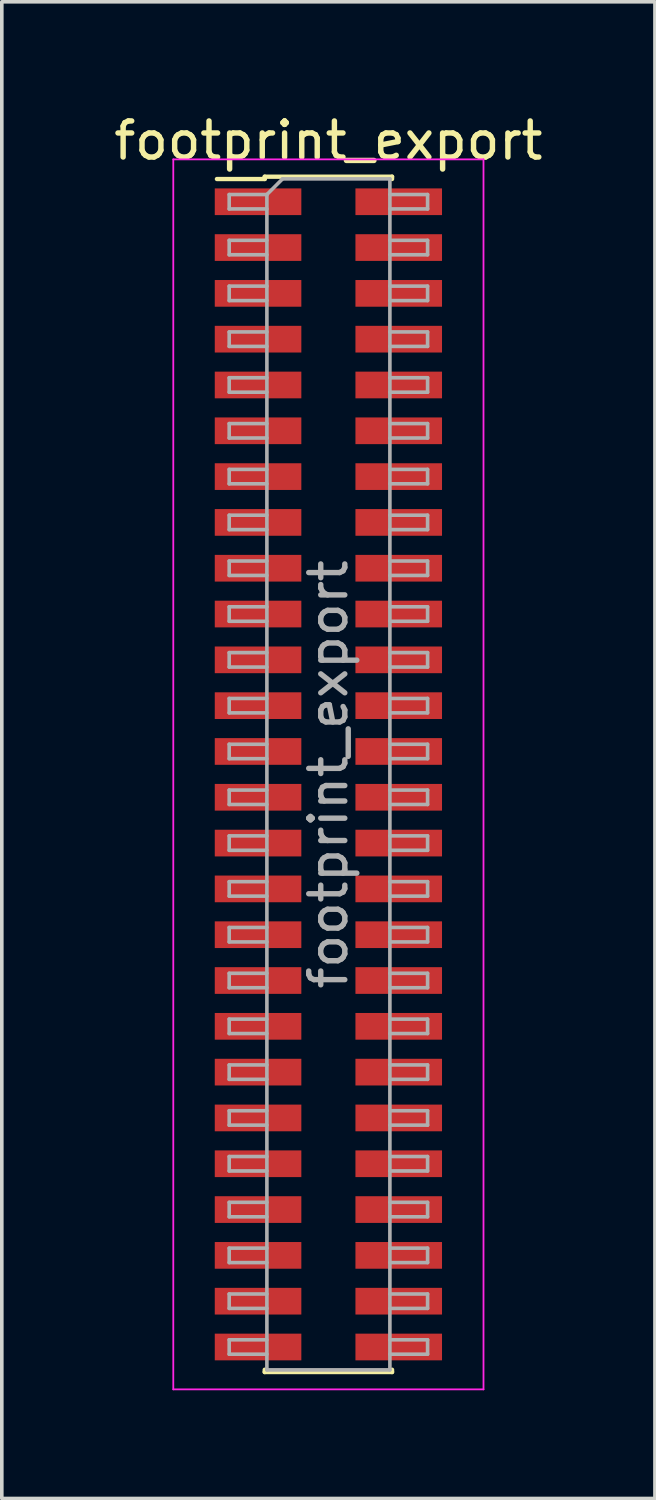
<source format=kicad_pcb>
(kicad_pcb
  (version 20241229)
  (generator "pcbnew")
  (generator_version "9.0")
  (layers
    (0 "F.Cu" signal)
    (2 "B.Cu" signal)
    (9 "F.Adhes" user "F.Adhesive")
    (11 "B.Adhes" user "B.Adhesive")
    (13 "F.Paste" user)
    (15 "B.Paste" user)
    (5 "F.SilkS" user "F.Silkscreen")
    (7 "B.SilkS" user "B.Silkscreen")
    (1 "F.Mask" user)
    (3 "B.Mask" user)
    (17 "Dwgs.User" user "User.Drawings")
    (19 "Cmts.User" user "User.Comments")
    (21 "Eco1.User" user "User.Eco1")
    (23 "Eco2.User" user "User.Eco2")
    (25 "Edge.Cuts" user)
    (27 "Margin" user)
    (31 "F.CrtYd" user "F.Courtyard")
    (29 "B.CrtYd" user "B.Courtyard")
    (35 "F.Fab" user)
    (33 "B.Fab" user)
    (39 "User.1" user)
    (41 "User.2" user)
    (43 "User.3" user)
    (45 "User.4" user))
  (footprint "footprint_export"
    (layer "F.Cu")
    (at 6.054 18.418)
    (property "Reference" "footprint_export" (at 0 -17.57 0) (layer "F.SilkS") (effects (font (size 1 1) (thickness 0.15))))
    (attr smd)
    (fp_line (start -3.09 -16.505) (end -1.765 -16.505) (stroke (width 0.12) (type solid)) (layer "F.SilkS"))
    (fp_line (start -1.765 -16.57) (end -1.765 -16.505) (stroke (width 0.12) (type solid)) (layer "F.SilkS"))
    (fp_line (start -1.765 -16.57) (end 1.765 -16.57) (stroke (width 0.12) (type solid)) (layer "F.SilkS"))
    (fp_line (start -1.765 16.505) (end -1.765 16.57) (stroke (width 0.12) (type solid)) (layer "F.SilkS"))
    (fp_line (start -1.765 16.57) (end 1.765 16.57) (stroke (width 0.12) (type solid)) (layer "F.SilkS"))
    (fp_line (start 1.765 -16.57) (end 1.765 -16.505) (stroke (width 0.12) (type solid)) (layer "F.SilkS"))
    (fp_line (start 1.765 16.505) (end 1.765 16.57) (stroke (width 0.12) (type solid)) (layer "F.SilkS"))
    (fp_line (start -4.3 -17.05) (end -4.3 17.05) (stroke (width 0.05) (type solid)) (layer "F.CrtYd"))
    (fp_line (start -4.3 17.05) (end 4.3 17.05) (stroke (width 0.05) (type solid)) (layer "F.CrtYd"))
    (fp_line (start 4.3 -17.05) (end -4.3 -17.05) (stroke (width 0.05) (type solid)) (layer "F.CrtYd"))
    (fp_line (start 4.3 17.05) (end 4.3 -17.05) (stroke (width 0.05) (type solid)) (layer "F.CrtYd"))
    (fp_line (start -2.75 -16.075) (end -2.75 -15.675) (stroke (width 0.1) (type solid)) (layer "F.Fab"))
    (fp_line (start -2.75 -15.675) (end -1.705 -15.675) (stroke (width 0.1) (type solid)) (layer "F.Fab"))
    (fp_line (start -2.75 -14.805) (end -2.75 -14.405) (stroke (width 0.1) (type solid)) (layer "F.Fab"))
    (fp_line (start -2.75 -14.405) (end -1.705 -14.405) (stroke (width 0.1) (type solid)) (layer "F.Fab"))
    (fp_line (start -2.75 -13.535) (end -2.75 -13.135) (stroke (width 0.1) (type solid)) (layer "F.Fab"))
    (fp_line (start -2.75 -13.135) (end -1.705 -13.135) (stroke (width 0.1) (type solid)) (layer "F.Fab"))
    (fp_line (start -2.75 -12.265) (end -2.75 -11.865) (stroke (width 0.1) (type solid)) (layer "F.Fab"))
    (fp_line (start -2.75 -11.865) (end -1.705 -11.865) (stroke (width 0.1) (type solid)) (layer "F.Fab"))
    (fp_line (start -2.75 -10.995) (end -2.75 -10.595) (stroke (width 0.1) (type solid)) (layer "F.Fab"))
    (fp_line (start -2.75 -10.595) (end -1.705 -10.595) (stroke (width 0.1) (type solid)) (layer "F.Fab"))
    (fp_line (start -2.75 -9.725) (end -2.75 -9.325) (stroke (width 0.1) (type solid)) (layer "F.Fab"))
    (fp_line (start -2.75 -9.325) (end -1.705 -9.325) (stroke (width 0.1) (type solid)) (layer "F.Fab"))
    (fp_line (start -2.75 -8.455) (end -2.75 -8.055) (stroke (width 0.1) (type solid)) (layer "F.Fab"))
    (fp_line (start -2.75 -8.055) (end -1.705 -8.055) (stroke (width 0.1) (type solid)) (layer "F.Fab"))
    (fp_line (start -2.75 -7.185) (end -2.75 -6.785) (stroke (width 0.1) (type solid)) (layer "F.Fab"))
    (fp_line (start -2.75 -6.785) (end -1.705 -6.785) (stroke (width 0.1) (type solid)) (layer "F.Fab"))
    (fp_line (start -2.75 -5.915) (end -2.75 -5.515) (stroke (width 0.1) (type solid)) (layer "F.Fab"))
    (fp_line (start -2.75 -5.515) (end -1.705 -5.515) (stroke (width 0.1) (type solid)) (layer "F.Fab"))
    (fp_line (start -2.75 -4.645) (end -2.75 -4.245) (stroke (width 0.1) (type solid)) (layer "F.Fab"))
    (fp_line (start -2.75 -4.245) (end -1.705 -4.245) (stroke (width 0.1) (type solid)) (layer "F.Fab"))
    (fp_line (start -2.75 -3.375) (end -2.75 -2.975) (stroke (width 0.1) (type solid)) (layer "F.Fab"))
    (fp_line (start -2.75 -2.975) (end -1.705 -2.975) (stroke (width 0.1) (type solid)) (layer "F.Fab"))
    (fp_line (start -2.75 -2.105) (end -2.75 -1.705) (stroke (width 0.1) (type solid)) (layer "F.Fab"))
    (fp_line (start -2.75 -1.705) (end -1.705 -1.705) (stroke (width 0.1) (type solid)) (layer "F.Fab"))
    (fp_line (start -2.75 -0.835) (end -2.75 -0.435) (stroke (width 0.1) (type solid)) (layer "F.Fab"))
    (fp_line (start -2.75 -0.435) (end -1.705 -0.435) (stroke (width 0.1) (type solid)) (layer "F.Fab"))
    (fp_line (start -2.75 0.435) (end -2.75 0.835) (stroke (width 0.1) (type solid)) (layer "F.Fab"))
    (fp_line (start -2.75 0.835) (end -1.705 0.835) (stroke (width 0.1) (type solid)) (layer "F.Fab"))
    (fp_line (start -2.75 1.705) (end -2.75 2.105) (stroke (width 0.1) (type solid)) (layer "F.Fab"))
    (fp_line (start -2.75 2.105) (end -1.705 2.105) (stroke (width 0.1) (type solid)) (layer "F.Fab"))
    (fp_line (start -2.75 2.975) (end -2.75 3.375) (stroke (width 0.1) (type solid)) (layer "F.Fab"))
    (fp_line (start -2.75 3.375) (end -1.705 3.375) (stroke (width 0.1) (type solid)) (layer "F.Fab"))
    (fp_line (start -2.75 4.245) (end -2.75 4.645) (stroke (width 0.1) (type solid)) (layer "F.Fab"))
    (fp_line (start -2.75 4.645) (end -1.705 4.645) (stroke (width 0.1) (type solid)) (layer "F.Fab"))
    (fp_line (start -2.75 5.515) (end -2.75 5.915) (stroke (width 0.1) (type solid)) (layer "F.Fab"))
    (fp_line (start -2.75 5.915) (end -1.705 5.915) (stroke (width 0.1) (type solid)) (layer "F.Fab"))
    (fp_line (start -2.75 6.785) (end -2.75 7.185) (stroke (width 0.1) (type solid)) (layer "F.Fab"))
    (fp_line (start -2.75 7.185) (end -1.705 7.185) (stroke (width 0.1) (type solid)) (layer "F.Fab"))
    (fp_line (start -2.75 8.055) (end -2.75 8.455) (stroke (width 0.1) (type solid)) (layer "F.Fab"))
    (fp_line (start -2.75 8.455) (end -1.705 8.455) (stroke (width 0.1) (type solid)) (layer "F.Fab"))
    (fp_line (start -2.75 9.325) (end -2.75 9.725) (stroke (width 0.1) (type solid)) (layer "F.Fab"))
    (fp_line (start -2.75 9.725) (end -1.705 9.725) (stroke (width 0.1) (type solid)) (layer "F.Fab"))
    (fp_line (start -2.75 10.595) (end -2.75 10.995) (stroke (width 0.1) (type solid)) (layer "F.Fab"))
    (fp_line (start -2.75 10.995) (end -1.705 10.995) (stroke (width 0.1) (type solid)) (layer "F.Fab"))
    (fp_line (start -2.75 11.865) (end -2.75 12.265) (stroke (width 0.1) (type solid)) (layer "F.Fab"))
    (fp_line (start -2.75 12.265) (end -1.705 12.265) (stroke (width 0.1) (type solid)) (layer "F.Fab"))
    (fp_line (start -2.75 13.135) (end -2.75 13.535) (stroke (width 0.1) (type solid)) (layer "F.Fab"))
    (fp_line (start -2.75 13.535) (end -1.705 13.535) (stroke (width 0.1) (type solid)) (layer "F.Fab"))
    (fp_line (start -2.75 14.405) (end -2.75 14.805) (stroke (width 0.1) (type solid)) (layer "F.Fab"))
    (fp_line (start -2.75 14.805) (end -1.705 14.805) (stroke (width 0.1) (type solid)) (layer "F.Fab"))
    (fp_line (start -2.75 15.675) (end -2.75 16.075) (stroke (width 0.1) (type solid)) (layer "F.Fab"))
    (fp_line (start -2.75 16.075) (end -1.705 16.075) (stroke (width 0.1) (type solid)) (layer "F.Fab"))
    (fp_line (start -1.705 -16.075) (end -2.75 -16.075) (stroke (width 0.1) (type solid)) (layer "F.Fab"))
    (fp_line (start -1.705 -16.075) (end -1.27 -16.51) (stroke (width 0.1) (type solid)) (layer "F.Fab"))
    (fp_line (start -1.705 -14.805) (end -2.75 -14.805) (stroke (width 0.1) (type solid)) (layer "F.Fab"))
    (fp_line (start -1.705 -13.535) (end -2.75 -13.535) (stroke (width 0.1) (type solid)) (layer "F.Fab"))
    (fp_line (start -1.705 -12.265) (end -2.75 -12.265) (stroke (width 0.1) (type solid)) (layer "F.Fab"))
    (fp_line (start -1.705 -10.995) (end -2.75 -10.995) (stroke (width 0.1) (type solid)) (layer "F.Fab"))
    (fp_line (start -1.705 -9.725) (end -2.75 -9.725) (stroke (width 0.1) (type solid)) (layer "F.Fab"))
    (fp_line (start -1.705 -8.455) (end -2.75 -8.455) (stroke (width 0.1) (type solid)) (layer "F.Fab"))
    (fp_line (start -1.705 -7.185) (end -2.75 -7.185) (stroke (width 0.1) (type solid)) (layer "F.Fab"))
    (fp_line (start -1.705 -5.915) (end -2.75 -5.915) (stroke (width 0.1) (type solid)) (layer "F.Fab"))
    (fp_line (start -1.705 -4.645) (end -2.75 -4.645) (stroke (width 0.1) (type solid)) (layer "F.Fab"))
    (fp_line (start -1.705 -3.375) (end -2.75 -3.375) (stroke (width 0.1) (type solid)) (layer "F.Fab"))
    (fp_line (start -1.705 -2.105) (end -2.75 -2.105) (stroke (width 0.1) (type solid)) (layer "F.Fab"))
    (fp_line (start -1.705 -0.835) (end -2.75 -0.835) (stroke (width 0.1) (type solid)) (layer "F.Fab"))
    (fp_line (start -1.705 0.435) (end -2.75 0.435) (stroke (width 0.1) (type solid)) (layer "F.Fab"))
    (fp_line (start -1.705 1.705) (end -2.75 1.705) (stroke (width 0.1) (type solid)) (layer "F.Fab"))
    (fp_line (start -1.705 2.975) (end -2.75 2.975) (stroke (width 0.1) (type solid)) (layer "F.Fab"))
    (fp_line (start -1.705 4.245) (end -2.75 4.245) (stroke (width 0.1) (type solid)) (layer "F.Fab"))
    (fp_line (start -1.705 5.515) (end -2.75 5.515) (stroke (width 0.1) (type solid)) (layer "F.Fab"))
    (fp_line (start -1.705 6.785) (end -2.75 6.785) (stroke (width 0.1) (type solid)) (layer "F.Fab"))
    (fp_line (start -1.705 8.055) (end -2.75 8.055) (stroke (width 0.1) (type solid)) (layer "F.Fab"))
    (fp_line (start -1.705 9.325) (end -2.75 9.325) (stroke (width 0.1) (type solid)) (layer "F.Fab"))
    (fp_line (start -1.705 10.595) (end -2.75 10.595) (stroke (width 0.1) (type solid)) (layer "F.Fab"))
    (fp_line (start -1.705 11.865) (end -2.75 11.865) (stroke (width 0.1) (type solid)) (layer "F.Fab"))
    (fp_line (start -1.705 13.135) (end -2.75 13.135) (stroke (width 0.1) (type solid)) (layer "F.Fab"))
    (fp_line (start -1.705 14.405) (end -2.75 14.405) (stroke (width 0.1) (type solid)) (layer "F.Fab"))
    (fp_line (start -1.705 15.675) (end -2.75 15.675) (stroke (width 0.1) (type solid)) (layer "F.Fab"))
    (fp_line (start -1.705 16.51) (end -1.705 -16.075) (stroke (width 0.1) (type solid)) (layer "F.Fab"))
    (fp_line (start -1.27 -16.51) (end 1.705 -16.51) (stroke (width 0.1) (type solid)) (layer "F.Fab"))
    (fp_line (start 1.705 -16.51) (end 1.705 16.51) (stroke (width 0.1) (type solid)) (layer "F.Fab"))
    (fp_line (start 1.705 -16.075) (end 2.75 -16.075) (stroke (width 0.1) (type solid)) (layer "F.Fab"))
    (fp_line (start 1.705 -14.805) (end 2.75 -14.805) (stroke (width 0.1) (type solid)) (layer "F.Fab"))
    (fp_line (start 1.705 -13.535) (end 2.75 -13.535) (stroke (width 0.1) (type solid)) (layer "F.Fab"))
    (fp_line (start 1.705 -12.265) (end 2.75 -12.265) (stroke (width 0.1) (type solid)) (layer "F.Fab"))
    (fp_line (start 1.705 -10.995) (end 2.75 -10.995) (stroke (width 0.1) (type solid)) (layer "F.Fab"))
    (fp_line (start 1.705 -9.725) (end 2.75 -9.725) (stroke (width 0.1) (type solid)) (layer "F.Fab"))
    (fp_line (start 1.705 -8.455) (end 2.75 -8.455) (stroke (width 0.1) (type solid)) (layer "F.Fab"))
    (fp_line (start 1.705 -7.185) (end 2.75 -7.185) (stroke (width 0.1) (type solid)) (layer "F.Fab"))
    (fp_line (start 1.705 -5.915) (end 2.75 -5.915) (stroke (width 0.1) (type solid)) (layer "F.Fab"))
    (fp_line (start 1.705 -4.645) (end 2.75 -4.645) (stroke (width 0.1) (type solid)) (layer "F.Fab"))
    (fp_line (start 1.705 -3.375) (end 2.75 -3.375) (stroke (width 0.1) (type solid)) (layer "F.Fab"))
    (fp_line (start 1.705 -2.105) (end 2.75 -2.105) (stroke (width 0.1) (type solid)) (layer "F.Fab"))
    (fp_line (start 1.705 -0.835) (end 2.75 -0.835) (stroke (width 0.1) (type solid)) (layer "F.Fab"))
    (fp_line (start 1.705 0.435) (end 2.75 0.435) (stroke (width 0.1) (type solid)) (layer "F.Fab"))
    (fp_line (start 1.705 1.705) (end 2.75 1.705) (stroke (width 0.1) (type solid)) (layer "F.Fab"))
    (fp_line (start 1.705 2.975) (end 2.75 2.975) (stroke (width 0.1) (type solid)) (layer "F.Fab"))
    (fp_line (start 1.705 4.245) (end 2.75 4.245) (stroke (width 0.1) (type solid)) (layer "F.Fab"))
    (fp_line (start 1.705 5.515) (end 2.75 5.515) (stroke (width 0.1) (type solid)) (layer "F.Fab"))
    (fp_line (start 1.705 6.785) (end 2.75 6.785) (stroke (width 0.1) (type solid)) (layer "F.Fab"))
    (fp_line (start 1.705 8.055) (end 2.75 8.055) (stroke (width 0.1) (type solid)) (layer "F.Fab"))
    (fp_line (start 1.705 9.325) (end 2.75 9.325) (stroke (width 0.1) (type solid)) (layer "F.Fab"))
    (fp_line (start 1.705 10.595) (end 2.75 10.595) (stroke (width 0.1) (type solid)) (layer "F.Fab"))
    (fp_line (start 1.705 11.865) (end 2.75 11.865) (stroke (width 0.1) (type solid)) (layer "F.Fab"))
    (fp_line (start 1.705 13.135) (end 2.75 13.135) (stroke (width 0.1) (type solid)) (layer "F.Fab"))
    (fp_line (start 1.705 14.405) (end 2.75 14.405) (stroke (width 0.1) (type solid)) (layer "F.Fab"))
    (fp_line (start 1.705 15.675) (end 2.75 15.675) (stroke (width 0.1) (type solid)) (layer "F.Fab"))
    (fp_line (start 1.705 16.51) (end -1.705 16.51) (stroke (width 0.1) (type solid)) (layer "F.Fab"))
    (fp_line (start 2.75 -16.075) (end 2.75 -15.675) (stroke (width 0.1) (type solid)) (layer "F.Fab"))
    (fp_line (start 2.75 -15.675) (end 1.705 -15.675) (stroke (width 0.1) (type solid)) (layer "F.Fab"))
    (fp_line (start 2.75 -14.805) (end 2.75 -14.405) (stroke (width 0.1) (type solid)) (layer "F.Fab"))
    (fp_line (start 2.75 -14.405) (end 1.705 -14.405) (stroke (width 0.1) (type solid)) (layer "F.Fab"))
    (fp_line (start 2.75 -13.535) (end 2.75 -13.135) (stroke (width 0.1) (type solid)) (layer "F.Fab"))
    (fp_line (start 2.75 -13.135) (end 1.705 -13.135) (stroke (width 0.1) (type solid)) (layer "F.Fab"))
    (fp_line (start 2.75 -12.265) (end 2.75 -11.865) (stroke (width 0.1) (type solid)) (layer "F.Fab"))
    (fp_line (start 2.75 -11.865) (end 1.705 -11.865) (stroke (width 0.1) (type solid)) (layer "F.Fab"))
    (fp_line (start 2.75 -10.995) (end 2.75 -10.595) (stroke (width 0.1) (type solid)) (layer "F.Fab"))
    (fp_line (start 2.75 -10.595) (end 1.705 -10.595) (stroke (width 0.1) (type solid)) (layer "F.Fab"))
    (fp_line (start 2.75 -9.725) (end 2.75 -9.325) (stroke (width 0.1) (type solid)) (layer "F.Fab"))
    (fp_line (start 2.75 -9.325) (end 1.705 -9.325) (stroke (width 0.1) (type solid)) (layer "F.Fab"))
    (fp_line (start 2.75 -8.455) (end 2.75 -8.055) (stroke (width 0.1) (type solid)) (layer "F.Fab"))
    (fp_line (start 2.75 -8.055) (end 1.705 -8.055) (stroke (width 0.1) (type solid)) (layer "F.Fab"))
    (fp_line (start 2.75 -7.185) (end 2.75 -6.785) (stroke (width 0.1) (type solid)) (layer "F.Fab"))
    (fp_line (start 2.75 -6.785) (end 1.705 -6.785) (stroke (width 0.1) (type solid)) (layer "F.Fab"))
    (fp_line (start 2.75 -5.915) (end 2.75 -5.515) (stroke (width 0.1) (type solid)) (layer "F.Fab"))
    (fp_line (start 2.75 -5.515) (end 1.705 -5.515) (stroke (width 0.1) (type solid)) (layer "F.Fab"))
    (fp_line (start 2.75 -4.645) (end 2.75 -4.245) (stroke (width 0.1) (type solid)) (layer "F.Fab"))
    (fp_line (start 2.75 -4.245) (end 1.705 -4.245) (stroke (width 0.1) (type solid)) (layer "F.Fab"))
    (fp_line (start 2.75 -3.375) (end 2.75 -2.975) (stroke (width 0.1) (type solid)) (layer "F.Fab"))
    (fp_line (start 2.75 -2.975) (end 1.705 -2.975) (stroke (width 0.1) (type solid)) (layer "F.Fab"))
    (fp_line (start 2.75 -2.105) (end 2.75 -1.705) (stroke (width 0.1) (type solid)) (layer "F.Fab"))
    (fp_line (start 2.75 -1.705) (end 1.705 -1.705) (stroke (width 0.1) (type solid)) (layer "F.Fab"))
    (fp_line (start 2.75 -0.835) (end 2.75 -0.435) (stroke (width 0.1) (type solid)) (layer "F.Fab"))
    (fp_line (start 2.75 -0.435) (end 1.705 -0.435) (stroke (width 0.1) (type solid)) (layer "F.Fab"))
    (fp_line (start 2.75 0.435) (end 2.75 0.835) (stroke (width 0.1) (type solid)) (layer "F.Fab"))
    (fp_line (start 2.75 0.835) (end 1.705 0.835) (stroke (width 0.1) (type solid)) (layer "F.Fab"))
    (fp_line (start 2.75 1.705) (end 2.75 2.105) (stroke (width 0.1) (type solid)) (layer "F.Fab"))
    (fp_line (start 2.75 2.105) (end 1.705 2.105) (stroke (width 0.1) (type solid)) (layer "F.Fab"))
    (fp_line (start 2.75 2.975) (end 2.75 3.375) (stroke (width 0.1) (type solid)) (layer "F.Fab"))
    (fp_line (start 2.75 3.375) (end 1.705 3.375) (stroke (width 0.1) (type solid)) (layer "F.Fab"))
    (fp_line (start 2.75 4.245) (end 2.75 4.645) (stroke (width 0.1) (type solid)) (layer "F.Fab"))
    (fp_line (start 2.75 4.645) (end 1.705 4.645) (stroke (width 0.1) (type solid)) (layer "F.Fab"))
    (fp_line (start 2.75 5.515) (end 2.75 5.915) (stroke (width 0.1) (type solid)) (layer "F.Fab"))
    (fp_line (start 2.75 5.915) (end 1.705 5.915) (stroke (width 0.1) (type solid)) (layer "F.Fab"))
    (fp_line (start 2.75 6.785) (end 2.75 7.185) (stroke (width 0.1) (type solid)) (layer "F.Fab"))
    (fp_line (start 2.75 7.185) (end 1.705 7.185) (stroke (width 0.1) (type solid)) (layer "F.Fab"))
    (fp_line (start 2.75 8.055) (end 2.75 8.455) (stroke (width 0.1) (type solid)) (layer "F.Fab"))
    (fp_line (start 2.75 8.455) (end 1.705 8.455) (stroke (width 0.1) (type solid)) (layer "F.Fab"))
    (fp_line (start 2.75 9.325) (end 2.75 9.725) (stroke (width 0.1) (type solid)) (layer "F.Fab"))
    (fp_line (start 2.75 9.725) (end 1.705 9.725) (stroke (width 0.1) (type solid)) (layer "F.Fab"))
    (fp_line (start 2.75 10.595) (end 2.75 10.995) (stroke (width 0.1) (type solid)) (layer "F.Fab"))
    (fp_line (start 2.75 10.995) (end 1.705 10.995) (stroke (width 0.1) (type solid)) (layer "F.Fab"))
    (fp_line (start 2.75 11.865) (end 2.75 12.265) (stroke (width 0.1) (type solid)) (layer "F.Fab"))
    (fp_line (start 2.75 12.265) (end 1.705 12.265) (stroke (width 0.1) (type solid)) (layer "F.Fab"))
    (fp_line (start 2.75 13.135) (end 2.75 13.535) (stroke (width 0.1) (type solid)) (layer "F.Fab"))
    (fp_line (start 2.75 13.535) (end 1.705 13.535) (stroke (width 0.1) (type solid)) (layer "F.Fab"))
    (fp_line (start 2.75 14.405) (end 2.75 14.805) (stroke (width 0.1) (type solid)) (layer "F.Fab"))
    (fp_line (start 2.75 14.805) (end 1.705 14.805) (stroke (width 0.1) (type solid)) (layer "F.Fab"))
    (fp_line (start 2.75 15.675) (end 2.75 16.075) (stroke (width 0.1) (type solid)) (layer "F.Fab"))
    (fp_line (start 2.75 16.075) (end 1.705 16.075) (stroke (width 0.1) (type solid)) (layer "F.Fab"))
    (fp_text user "${REFERENCE}" (at 0 0 90) (layer "F.Fab") (effects (font (size 1 1) (thickness 0.15))))
    (pad "1" smd rect (at -1.95 -15.875) (size 2.4 0.74) (layers "F.Cu" "F.Mask" "F.Paste"))
    (pad "2" smd rect (at 1.95 -15.875) (size 2.4 0.74) (layers "F.Cu" "F.Mask" "F.Paste"))
    (pad "3" smd rect (at -1.95 -14.605) (size 2.4 0.74) (layers "F.Cu" "F.Mask" "F.Paste"))
    (pad "4" smd rect (at 1.95 -14.605) (size 2.4 0.74) (layers "F.Cu" "F.Mask" "F.Paste"))
    (pad "5" smd rect (at -1.95 -13.335) (size 2.4 0.74) (layers "F.Cu" "F.Mask" "F.Paste"))
    (pad "6" smd rect (at 1.95 -13.335) (size 2.4 0.74) (layers "F.Cu" "F.Mask" "F.Paste"))
    (pad "7" smd rect (at -1.95 -12.065) (size 2.4 0.74) (layers "F.Cu" "F.Mask" "F.Paste"))
    (pad "8" smd rect (at 1.95 -12.065) (size 2.4 0.74) (layers "F.Cu" "F.Mask" "F.Paste"))
    (pad "9" smd rect (at -1.95 -10.795) (size 2.4 0.74) (layers "F.Cu" "F.Mask" "F.Paste"))
    (pad "10" smd rect (at 1.95 -10.795) (size 2.4 0.74) (layers "F.Cu" "F.Mask" "F.Paste"))
    (pad "11" smd rect (at -1.95 -9.525) (size 2.4 0.74) (layers "F.Cu" "F.Mask" "F.Paste"))
    (pad "12" smd rect (at 1.95 -9.525) (size 2.4 0.74) (layers "F.Cu" "F.Mask" "F.Paste"))
    (pad "13" smd rect (at -1.95 -8.255) (size 2.4 0.74) (layers "F.Cu" "F.Mask" "F.Paste"))
    (pad "14" smd rect (at 1.95 -8.255) (size 2.4 0.74) (layers "F.Cu" "F.Mask" "F.Paste"))
    (pad "15" smd rect (at -1.95 -6.985) (size 2.4 0.74) (layers "F.Cu" "F.Mask" "F.Paste"))
    (pad "16" smd rect (at 1.95 -6.985) (size 2.4 0.74) (layers "F.Cu" "F.Mask" "F.Paste"))
    (pad "17" smd rect (at -1.95 -5.715) (size 2.4 0.74) (layers "F.Cu" "F.Mask" "F.Paste"))
    (pad "18" smd rect (at 1.95 -5.715) (size 2.4 0.74) (layers "F.Cu" "F.Mask" "F.Paste"))
    (pad "19" smd rect (at -1.95 -4.445) (size 2.4 0.74) (layers "F.Cu" "F.Mask" "F.Paste"))
    (pad "20" smd rect (at 1.95 -4.445) (size 2.4 0.74) (layers "F.Cu" "F.Mask" "F.Paste"))
    (pad "21" smd rect (at -1.95 -3.175) (size 2.4 0.74) (layers "F.Cu" "F.Mask" "F.Paste"))
    (pad "22" smd rect (at 1.95 -3.175) (size 2.4 0.74) (layers "F.Cu" "F.Mask" "F.Paste"))
    (pad "23" smd rect (at -1.95 -1.905) (size 2.4 0.74) (layers "F.Cu" "F.Mask" "F.Paste"))
    (pad "24" smd rect (at 1.95 -1.905) (size 2.4 0.74) (layers "F.Cu" "F.Mask" "F.Paste"))
    (pad "25" smd rect (at -1.95 -0.635) (size 2.4 0.74) (layers "F.Cu" "F.Mask" "F.Paste"))
    (pad "26" smd rect (at 1.95 -0.635) (size 2.4 0.74) (layers "F.Cu" "F.Mask" "F.Paste"))
    (pad "27" smd rect (at -1.95 0.635) (size 2.4 0.74) (layers "F.Cu" "F.Mask" "F.Paste"))
    (pad "28" smd rect (at 1.95 0.635) (size 2.4 0.74) (layers "F.Cu" "F.Mask" "F.Paste"))
    (pad "29" smd rect (at -1.95 1.905) (size 2.4 0.74) (layers "F.Cu" "F.Mask" "F.Paste"))
    (pad "30" smd rect (at 1.95 1.905) (size 2.4 0.74) (layers "F.Cu" "F.Mask" "F.Paste"))
    (pad "31" smd rect (at -1.95 3.175) (size 2.4 0.74) (layers "F.Cu" "F.Mask" "F.Paste"))
    (pad "32" smd rect (at 1.95 3.175) (size 2.4 0.74) (layers "F.Cu" "F.Mask" "F.Paste"))
    (pad "33" smd rect (at -1.95 4.445) (size 2.4 0.74) (layers "F.Cu" "F.Mask" "F.Paste"))
    (pad "34" smd rect (at 1.95 4.445) (size 2.4 0.74) (layers "F.Cu" "F.Mask" "F.Paste"))
    (pad "35" smd rect (at -1.95 5.715) (size 2.4 0.74) (layers "F.Cu" "F.Mask" "F.Paste"))
    (pad "36" smd rect (at 1.95 5.715) (size 2.4 0.74) (layers "F.Cu" "F.Mask" "F.Paste"))
    (pad "37" smd rect (at -1.95 6.985) (size 2.4 0.74) (layers "F.Cu" "F.Mask" "F.Paste"))
    (pad "38" smd rect (at 1.95 6.985) (size 2.4 0.74) (layers "F.Cu" "F.Mask" "F.Paste"))
    (pad "39" smd rect (at -1.95 8.255) (size 2.4 0.74) (layers "F.Cu" "F.Mask" "F.Paste"))
    (pad "40" smd rect (at 1.95 8.255) (size 2.4 0.74) (layers "F.Cu" "F.Mask" "F.Paste"))
    (pad "41" smd rect (at -1.95 9.525) (size 2.4 0.74) (layers "F.Cu" "F.Mask" "F.Paste"))
    (pad "42" smd rect (at 1.95 9.525) (size 2.4 0.74) (layers "F.Cu" "F.Mask" "F.Paste"))
    (pad "43" smd rect (at -1.95 10.795) (size 2.4 0.74) (layers "F.Cu" "F.Mask" "F.Paste"))
    (pad "44" smd rect (at 1.95 10.795) (size 2.4 0.74) (layers "F.Cu" "F.Mask" "F.Paste"))
    (pad "45" smd rect (at -1.95 12.065) (size 2.4 0.74) (layers "F.Cu" "F.Mask" "F.Paste"))
    (pad "46" smd rect (at 1.95 12.065) (size 2.4 0.74) (layers "F.Cu" "F.Mask" "F.Paste"))
    (pad "47" smd rect (at -1.95 13.335) (size 2.4 0.74) (layers "F.Cu" "F.Mask" "F.Paste"))
    (pad "48" smd rect (at 1.95 13.335) (size 2.4 0.74) (layers "F.Cu" "F.Mask" "F.Paste"))
    (pad "49" smd rect (at -1.95 14.605) (size 2.4 0.74) (layers "F.Cu" "F.Mask" "F.Paste"))
    (pad "50" smd rect (at 1.95 14.605) (size 2.4 0.74) (layers "F.Cu" "F.Mask" "F.Paste"))
    (pad "51" smd rect (at -1.95 15.875) (size 2.4 0.74) (layers "F.Cu" "F.Mask" "F.Paste"))
    (pad "52" smd rect (at 1.95 15.875) (size 2.4 0.74) (layers "F.Cu" "F.Mask" "F.Paste")))
  (gr_rect
    (start -3 -3)
    (end 15.107 38.493)
    (stroke (width 0.1) (type default))
    (fill no)
    (layer "Edge.Cuts")))
</source>
